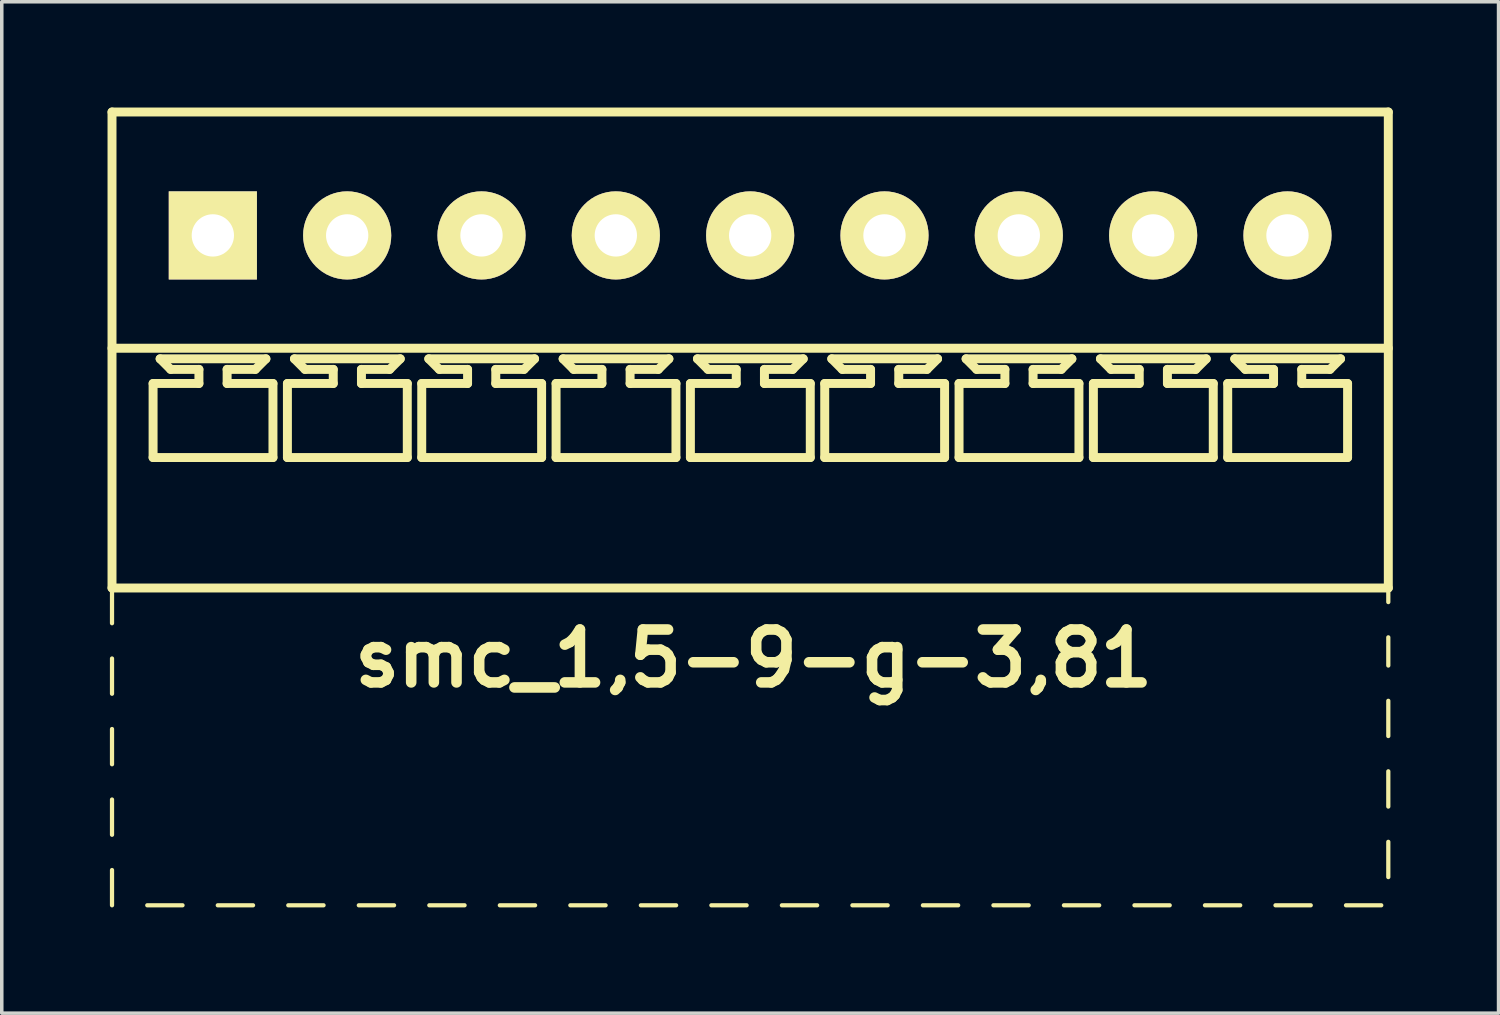
<source format=kicad_pcb>
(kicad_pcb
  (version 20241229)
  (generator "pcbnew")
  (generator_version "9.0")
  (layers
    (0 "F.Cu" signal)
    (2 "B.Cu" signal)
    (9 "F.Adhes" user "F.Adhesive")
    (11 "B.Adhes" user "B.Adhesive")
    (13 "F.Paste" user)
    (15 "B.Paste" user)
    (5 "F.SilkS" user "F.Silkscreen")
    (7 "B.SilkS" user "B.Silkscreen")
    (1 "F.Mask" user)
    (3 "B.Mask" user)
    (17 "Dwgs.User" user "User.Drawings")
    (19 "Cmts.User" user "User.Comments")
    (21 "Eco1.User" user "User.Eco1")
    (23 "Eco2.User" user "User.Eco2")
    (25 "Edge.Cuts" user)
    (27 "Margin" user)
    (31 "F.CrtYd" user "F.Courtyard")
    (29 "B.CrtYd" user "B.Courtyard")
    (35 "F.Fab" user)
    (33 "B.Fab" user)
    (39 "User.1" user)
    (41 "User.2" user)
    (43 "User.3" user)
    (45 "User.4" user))
  (footprint "smc_1,5-9-g-3,81"
    (layer "F.Cu")
    (at 18.227 3.627)
    (property "Reference" "smc_1,5-9-g-3,81" (at 0.1 12 0) (layer "F.SilkS") (effects (font (size 1.5 1.5) (thickness 0.3))))
    (attr through_hole)
    (fp_line (start -18.1 -3.5) (end -18.1 10) (stroke (width 0.254) (type solid)) (layer "F.SilkS"))
    (fp_line (start -18.1 -3.5) (end 18.1 -3.5) (stroke (width 0.254) (type solid)) (layer "F.SilkS"))
    (fp_line (start -18.1 3.2) (end 18.1 3.2) (stroke (width 0.254) (type solid)) (layer "F.SilkS"))
    (fp_line (start -18.1 10) (end -18.1 11) (stroke (width 0.12) (type solid)) (layer "F.SilkS"))
    (fp_line (start -18.1 10) (end 18.1 10) (stroke (width 0.254) (type solid)) (layer "F.SilkS"))
    (fp_line (start -18.1 12) (end -18.1 13) (stroke (width 0.12) (type solid)) (layer "F.SilkS"))
    (fp_line (start -18.1 14) (end -18.1 15) (stroke (width 0.12) (type solid)) (layer "F.SilkS"))
    (fp_line (start -18.1 16) (end -18.1 17) (stroke (width 0.12) (type solid)) (layer "F.SilkS"))
    (fp_line (start -18.1 18) (end -18.1 19) (stroke (width 0.12) (type solid)) (layer "F.SilkS"))
    (fp_line (start -17.1 19) (end -16.1 19) (stroke (width 0.12) (type solid)) (layer "F.SilkS"))
    (fp_line (start -16.935 4.2) (end -15.635 4.2) (stroke (width 0.254) (type solid)) (layer "F.SilkS"))
    (fp_line (start -16.935 6.3) (end -16.935 4.2) (stroke (width 0.254) (type solid)) (layer "F.SilkS"))
    (fp_line (start -16.735 3.5) (end -13.735 3.5) (stroke (width 0.254) (type solid)) (layer "F.SilkS"))
    (fp_line (start -16.435 3.8) (end -16.735 3.5) (stroke (width 0.254) (type solid)) (layer "F.SilkS"))
    (fp_line (start -15.635 3.8) (end -16.435 3.8) (stroke (width 0.254) (type solid)) (layer "F.SilkS"))
    (fp_line (start -15.635 4.2) (end -15.635 3.8) (stroke (width 0.254) (type solid)) (layer "F.SilkS"))
    (fp_line (start -15.1 19) (end -14.1 19) (stroke (width 0.12) (type solid)) (layer "F.SilkS"))
    (fp_line (start -14.835 3.8) (end -14.835 4.2) (stroke (width 0.254) (type solid)) (layer "F.SilkS"))
    (fp_line (start -14.835 4.2) (end -13.535 4.2) (stroke (width 0.254) (type solid)) (layer "F.SilkS"))
    (fp_line (start -14.035 3.8) (end -14.835 3.8) (stroke (width 0.254) (type solid)) (layer "F.SilkS"))
    (fp_line (start -14.035 3.8) (end -13.735 3.5) (stroke (width 0.254) (type solid)) (layer "F.SilkS"))
    (fp_line (start -13.535 4.2) (end -13.535 6.3) (stroke (width 0.254) (type solid)) (layer "F.SilkS"))
    (fp_line (start -13.535 6.3) (end -16.935 6.3) (stroke (width 0.254) (type solid)) (layer "F.SilkS"))
    (fp_line (start -13.125 4.2) (end -11.825 4.2) (stroke (width 0.254) (type solid)) (layer "F.SilkS"))
    (fp_line (start -13.125 6.3) (end -13.125 4.2) (stroke (width 0.254) (type solid)) (layer "F.SilkS"))
    (fp_line (start -13.1 19) (end -12.1 19) (stroke (width 0.12) (type solid)) (layer "F.SilkS"))
    (fp_line (start -12.925 3.5) (end -9.925 3.5) (stroke (width 0.254) (type solid)) (layer "F.SilkS"))
    (fp_line (start -12.625 3.8) (end -12.925 3.5) (stroke (width 0.254) (type solid)) (layer "F.SilkS"))
    (fp_line (start -11.825 3.8) (end -12.625 3.8) (stroke (width 0.254) (type solid)) (layer "F.SilkS"))
    (fp_line (start -11.825 4.2) (end -11.825 3.8) (stroke (width 0.254) (type solid)) (layer "F.SilkS"))
    (fp_line (start -11.1 19) (end -10.1 19) (stroke (width 0.12) (type solid)) (layer "F.SilkS"))
    (fp_line (start -11.025 3.8) (end -11.025 4.2) (stroke (width 0.254) (type solid)) (layer "F.SilkS"))
    (fp_line (start -11.025 4.2) (end -9.725 4.2) (stroke (width 0.254) (type solid)) (layer "F.SilkS"))
    (fp_line (start -10.225 3.8) (end -11.025 3.8) (stroke (width 0.254) (type solid)) (layer "F.SilkS"))
    (fp_line (start -10.225 3.8) (end -9.925 3.5) (stroke (width 0.254) (type solid)) (layer "F.SilkS"))
    (fp_line (start -9.725 4.2) (end -9.725 6.3) (stroke (width 0.254) (type solid)) (layer "F.SilkS"))
    (fp_line (start -9.725 6.3) (end -13.125 6.3) (stroke (width 0.254) (type solid)) (layer "F.SilkS"))
    (fp_line (start -9.315 4.2) (end -8.015 4.2) (stroke (width 0.254) (type solid)) (layer "F.SilkS"))
    (fp_line (start -9.315 6.3) (end -9.315 4.2) (stroke (width 0.254) (type solid)) (layer "F.SilkS"))
    (fp_line (start -9.115 3.5) (end -6.115 3.5) (stroke (width 0.254) (type solid)) (layer "F.SilkS"))
    (fp_line (start -9.1 19) (end -8.1 19) (stroke (width 0.12) (type solid)) (layer "F.SilkS"))
    (fp_line (start -8.815 3.8) (end -9.115 3.5) (stroke (width 0.254) (type solid)) (layer "F.SilkS"))
    (fp_line (start -8.015 3.8) (end -8.815 3.8) (stroke (width 0.254) (type solid)) (layer "F.SilkS"))
    (fp_line (start -8.015 4.2) (end -8.015 3.8) (stroke (width 0.254) (type solid)) (layer "F.SilkS"))
    (fp_line (start -7.215 3.8) (end -7.215 4.2) (stroke (width 0.254) (type solid)) (layer "F.SilkS"))
    (fp_line (start -7.215 4.2) (end -5.915 4.2) (stroke (width 0.254) (type solid)) (layer "F.SilkS"))
    (fp_line (start -7.1 19) (end -6.1 19) (stroke (width 0.12) (type solid)) (layer "F.SilkS"))
    (fp_line (start -6.415 3.8) (end -7.215 3.8) (stroke (width 0.254) (type solid)) (layer "F.SilkS"))
    (fp_line (start -6.415 3.8) (end -6.115 3.5) (stroke (width 0.254) (type solid)) (layer "F.SilkS"))
    (fp_line (start -5.915 4.2) (end -5.915 6.3) (stroke (width 0.254) (type solid)) (layer "F.SilkS"))
    (fp_line (start -5.915 6.3) (end -9.315 6.3) (stroke (width 0.254) (type solid)) (layer "F.SilkS"))
    (fp_line (start -5.505 4.2) (end -4.205 4.2) (stroke (width 0.254) (type solid)) (layer "F.SilkS"))
    (fp_line (start -5.505 6.3) (end -5.505 4.2) (stroke (width 0.254) (type solid)) (layer "F.SilkS"))
    (fp_line (start -5.305 3.5) (end -2.305 3.5) (stroke (width 0.254) (type solid)) (layer "F.SilkS"))
    (fp_line (start -5.1 19) (end -4.1 19) (stroke (width 0.12) (type solid)) (layer "F.SilkS"))
    (fp_line (start -5.005 3.8) (end -5.305 3.5) (stroke (width 0.254) (type solid)) (layer "F.SilkS"))
    (fp_line (start -4.205 3.8) (end -5.005 3.8) (stroke (width 0.254) (type solid)) (layer "F.SilkS"))
    (fp_line (start -4.205 4.2) (end -4.205 3.8) (stroke (width 0.254) (type solid)) (layer "F.SilkS"))
    (fp_line (start -3.405 3.8) (end -3.405 4.2) (stroke (width 0.254) (type solid)) (layer "F.SilkS"))
    (fp_line (start -3.405 4.2) (end -2.105 4.2) (stroke (width 0.254) (type solid)) (layer "F.SilkS"))
    (fp_line (start -3.1 19) (end -2.1 19) (stroke (width 0.12) (type solid)) (layer "F.SilkS"))
    (fp_line (start -2.605 3.8) (end -3.405 3.8) (stroke (width 0.254) (type solid)) (layer "F.SilkS"))
    (fp_line (start -2.605 3.8) (end -2.305 3.5) (stroke (width 0.254) (type solid)) (layer "F.SilkS"))
    (fp_line (start -2.105 4.2) (end -2.105 6.3) (stroke (width 0.254) (type solid)) (layer "F.SilkS"))
    (fp_line (start -2.105 6.3) (end -5.505 6.3) (stroke (width 0.254) (type solid)) (layer "F.SilkS"))
    (fp_line (start -1.695 4.2) (end -0.395 4.2) (stroke (width 0.254) (type solid)) (layer "F.SilkS"))
    (fp_line (start -1.695 6.3) (end -1.695 4.2) (stroke (width 0.254) (type solid)) (layer "F.SilkS"))
    (fp_line (start -1.495 3.5) (end 1.505 3.5) (stroke (width 0.254) (type solid)) (layer "F.SilkS"))
    (fp_line (start -1.195 3.8) (end -1.495 3.5) (stroke (width 0.254) (type solid)) (layer "F.SilkS"))
    (fp_line (start -1.1 19) (end -0.1 19) (stroke (width 0.12) (type solid)) (layer "F.SilkS"))
    (fp_line (start -0.395 3.8) (end -1.195 3.8) (stroke (width 0.254) (type solid)) (layer "F.SilkS"))
    (fp_line (start -0.395 4.2) (end -0.395 3.8) (stroke (width 0.254) (type solid)) (layer "F.SilkS"))
    (fp_line (start 0.405 3.8) (end 0.405 4.2) (stroke (width 0.254) (type solid)) (layer "F.SilkS"))
    (fp_line (start 0.405 4.2) (end 1.705 4.2) (stroke (width 0.254) (type solid)) (layer "F.SilkS"))
    (fp_line (start 0.9 19) (end 1.9 19) (stroke (width 0.12) (type solid)) (layer "F.SilkS"))
    (fp_line (start 1.205 3.8) (end 0.405 3.8) (stroke (width 0.254) (type solid)) (layer "F.SilkS"))
    (fp_line (start 1.205 3.8) (end 1.505 3.5) (stroke (width 0.254) (type solid)) (layer "F.SilkS"))
    (fp_line (start 1.705 4.2) (end 1.705 6.3) (stroke (width 0.254) (type solid)) (layer "F.SilkS"))
    (fp_line (start 1.705 6.3) (end -1.695 6.3) (stroke (width 0.254) (type solid)) (layer "F.SilkS"))
    (fp_line (start 2.115 4.2) (end 3.415 4.2) (stroke (width 0.254) (type solid)) (layer "F.SilkS"))
    (fp_line (start 2.115 6.3) (end 2.115 4.2) (stroke (width 0.254) (type solid)) (layer "F.SilkS"))
    (fp_line (start 2.315 3.5) (end 5.315 3.5) (stroke (width 0.254) (type solid)) (layer "F.SilkS"))
    (fp_line (start 2.615 3.8) (end 2.315 3.5) (stroke (width 0.254) (type solid)) (layer "F.SilkS"))
    (fp_line (start 2.9 19) (end 3.9 19) (stroke (width 0.12) (type solid)) (layer "F.SilkS"))
    (fp_line (start 3.415 3.8) (end 2.615 3.8) (stroke (width 0.254) (type solid)) (layer "F.SilkS"))
    (fp_line (start 3.415 4.2) (end 3.415 3.8) (stroke (width 0.254) (type solid)) (layer "F.SilkS"))
    (fp_line (start 4.215 3.8) (end 4.215 4.2) (stroke (width 0.254) (type solid)) (layer "F.SilkS"))
    (fp_line (start 4.215 4.2) (end 5.515 4.2) (stroke (width 0.254) (type solid)) (layer "F.SilkS"))
    (fp_line (start 4.9 19) (end 5.9 19) (stroke (width 0.12) (type solid)) (layer "F.SilkS"))
    (fp_line (start 5.015 3.8) (end 4.215 3.8) (stroke (width 0.254) (type solid)) (layer "F.SilkS"))
    (fp_line (start 5.015 3.8) (end 5.315 3.5) (stroke (width 0.254) (type solid)) (layer "F.SilkS"))
    (fp_line (start 5.515 4.2) (end 5.515 6.3) (stroke (width 0.254) (type solid)) (layer "F.SilkS"))
    (fp_line (start 5.515 6.3) (end 2.115 6.3) (stroke (width 0.254) (type solid)) (layer "F.SilkS"))
    (fp_line (start 5.925 4.2) (end 7.225 4.2) (stroke (width 0.254) (type solid)) (layer "F.SilkS"))
    (fp_line (start 5.925 6.3) (end 5.925 4.2) (stroke (width 0.254) (type solid)) (layer "F.SilkS"))
    (fp_line (start 6.125 3.5) (end 9.125 3.5) (stroke (width 0.254) (type solid)) (layer "F.SilkS"))
    (fp_line (start 6.425 3.8) (end 6.125 3.5) (stroke (width 0.254) (type solid)) (layer "F.SilkS"))
    (fp_line (start 6.9 19) (end 7.9 19) (stroke (width 0.12) (type solid)) (layer "F.SilkS"))
    (fp_line (start 7.225 3.8) (end 6.425 3.8) (stroke (width 0.254) (type solid)) (layer "F.SilkS"))
    (fp_line (start 7.225 4.2) (end 7.225 3.8) (stroke (width 0.254) (type solid)) (layer "F.SilkS"))
    (fp_line (start 8.025 3.8) (end 8.025 4.2) (stroke (width 0.254) (type solid)) (layer "F.SilkS"))
    (fp_line (start 8.025 4.2) (end 9.325 4.2) (stroke (width 0.254) (type solid)) (layer "F.SilkS"))
    (fp_line (start 8.825 3.8) (end 8.025 3.8) (stroke (width 0.254) (type solid)) (layer "F.SilkS"))
    (fp_line (start 8.825 3.8) (end 9.125 3.5) (stroke (width 0.254) (type solid)) (layer "F.SilkS"))
    (fp_line (start 8.9 19) (end 9.9 19) (stroke (width 0.12) (type solid)) (layer "F.SilkS"))
    (fp_line (start 9.325 4.2) (end 9.325 6.3) (stroke (width 0.254) (type solid)) (layer "F.SilkS"))
    (fp_line (start 9.325 6.3) (end 5.925 6.3) (stroke (width 0.254) (type solid)) (layer "F.SilkS"))
    (fp_line (start 9.735 4.2) (end 11.035 4.2) (stroke (width 0.254) (type solid)) (layer "F.SilkS"))
    (fp_line (start 9.735 6.3) (end 9.735 4.2) (stroke (width 0.254) (type solid)) (layer "F.SilkS"))
    (fp_line (start 9.935 3.5) (end 12.935 3.5) (stroke (width 0.254) (type solid)) (layer "F.SilkS"))
    (fp_line (start 10.235 3.8) (end 9.935 3.5) (stroke (width 0.254) (type solid)) (layer "F.SilkS"))
    (fp_line (start 10.9 19) (end 11.9 19) (stroke (width 0.12) (type solid)) (layer "F.SilkS"))
    (fp_line (start 11.035 3.8) (end 10.235 3.8) (stroke (width 0.254) (type solid)) (layer "F.SilkS"))
    (fp_line (start 11.035 4.2) (end 11.035 3.8) (stroke (width 0.254) (type solid)) (layer "F.SilkS"))
    (fp_line (start 11.835 3.8) (end 11.835 4.2) (stroke (width 0.254) (type solid)) (layer "F.SilkS"))
    (fp_line (start 11.835 4.2) (end 13.135 4.2) (stroke (width 0.254) (type solid)) (layer "F.SilkS"))
    (fp_line (start 12.635 3.8) (end 11.835 3.8) (stroke (width 0.254) (type solid)) (layer "F.SilkS"))
    (fp_line (start 12.635 3.8) (end 12.935 3.5) (stroke (width 0.254) (type solid)) (layer "F.SilkS"))
    (fp_line (start 12.9 19) (end 13.9 19) (stroke (width 0.12) (type solid)) (layer "F.SilkS"))
    (fp_line (start 13.135 4.2) (end 13.135 6.3) (stroke (width 0.254) (type solid)) (layer "F.SilkS"))
    (fp_line (start 13.135 6.3) (end 9.735 6.3) (stroke (width 0.254) (type solid)) (layer "F.SilkS"))
    (fp_line (start 13.545 4.2) (end 14.845 4.2) (stroke (width 0.254) (type solid)) (layer "F.SilkS"))
    (fp_line (start 13.545 6.3) (end 13.545 4.2) (stroke (width 0.254) (type solid)) (layer "F.SilkS"))
    (fp_line (start 13.745 3.5) (end 16.745 3.5) (stroke (width 0.254) (type solid)) (layer "F.SilkS"))
    (fp_line (start 14.045 3.8) (end 13.745 3.5) (stroke (width 0.254) (type solid)) (layer "F.SilkS"))
    (fp_line (start 14.845 3.8) (end 14.045 3.8) (stroke (width 0.254) (type solid)) (layer "F.SilkS"))
    (fp_line (start 14.845 4.2) (end 14.845 3.8) (stroke (width 0.254) (type solid)) (layer "F.SilkS"))
    (fp_line (start 14.9 19) (end 15.9 19) (stroke (width 0.12) (type solid)) (layer "F.SilkS"))
    (fp_line (start 15.645 3.8) (end 15.645 4.2) (stroke (width 0.254) (type solid)) (layer "F.SilkS"))
    (fp_line (start 15.645 4.2) (end 16.945 4.2) (stroke (width 0.254) (type solid)) (layer "F.SilkS"))
    (fp_line (start 16.445 3.8) (end 15.645 3.8) (stroke (width 0.254) (type solid)) (layer "F.SilkS"))
    (fp_line (start 16.445 3.8) (end 16.745 3.5) (stroke (width 0.254) (type solid)) (layer "F.SilkS"))
    (fp_line (start 16.9 19) (end 17.9 19) (stroke (width 0.12) (type solid)) (layer "F.SilkS"))
    (fp_line (start 16.945 4.2) (end 16.945 6.3) (stroke (width 0.254) (type solid)) (layer "F.SilkS"))
    (fp_line (start 16.945 6.3) (end 13.545 6.3) (stroke (width 0.254) (type solid)) (layer "F.SilkS"))
    (fp_line (start 18.1 -3.5) (end 18.1 10) (stroke (width 0.254) (type solid)) (layer "F.SilkS"))
    (fp_line (start 18.1 10) (end 18.1 10.4) (stroke (width 0.12) (type solid)) (layer "F.SilkS"))
    (fp_line (start 18.1 12.2) (end 18.1 11.4) (stroke (width 0.12) (type solid)) (layer "F.SilkS"))
    (fp_line (start 18.1 14.2) (end 18.1 13.2) (stroke (width 0.12) (type solid)) (layer "F.SilkS"))
    (fp_line (start 18.1 15.2) (end 18.1 16.2) (stroke (width 0.12) (type solid)) (layer "F.SilkS"))
    (fp_line (start 18.1 17.2) (end 18.1 18.2) (stroke (width 0.12) (type solid)) (layer "F.SilkS"))
    (pad "1" thru_hole rect (at -15.24 0) (size 2.5 2.5) (drill 1.2) (layers "*.Cu" "*.Mask" "F.SilkS"))
    (pad "2" thru_hole circle (at -11.43 0) (size 2.5 2.5) (drill 1.2) (layers "*.Cu" "*.Mask" "F.SilkS"))
    (pad "3" thru_hole circle (at -7.62 0) (size 2.5 2.5) (drill 1.2) (layers "*.Cu" "*.Mask" "F.SilkS"))
    (pad "4" thru_hole circle (at -3.81 0) (size 2.5 2.5) (drill 1.2) (layers "*.Cu" "*.Mask" "F.SilkS"))
    (pad "5" thru_hole circle (at 0 0) (size 2.5 2.5) (drill 1.2) (layers "*.Cu" "*.Mask" "F.SilkS"))
    (pad "6" thru_hole circle (at 3.81 0) (size 2.5 2.5) (drill 1.2) (layers "*.Cu" "*.Mask" "F.SilkS"))
    (pad "7" thru_hole circle (at 7.62 0) (size 2.5 2.5) (drill 1.2) (layers "*.Cu" "*.Mask" "F.SilkS"))
    (pad "8" thru_hole circle (at 11.43 0) (size 2.5 2.5) (drill 1.2) (layers "*.Cu" "*.Mask" "F.SilkS"))
    (pad "9" thru_hole circle (at 15.24 0) (size 2.5 2.5) (drill 1.2) (layers "*.Cu" "*.Mask" "F.SilkS")))
  (gr_rect
    (start -3 -3)
    (end 39.454 25.687)
    (stroke (width 0.1) (type default))
    (fill no)
    (layer "Edge.Cuts")))
</source>
